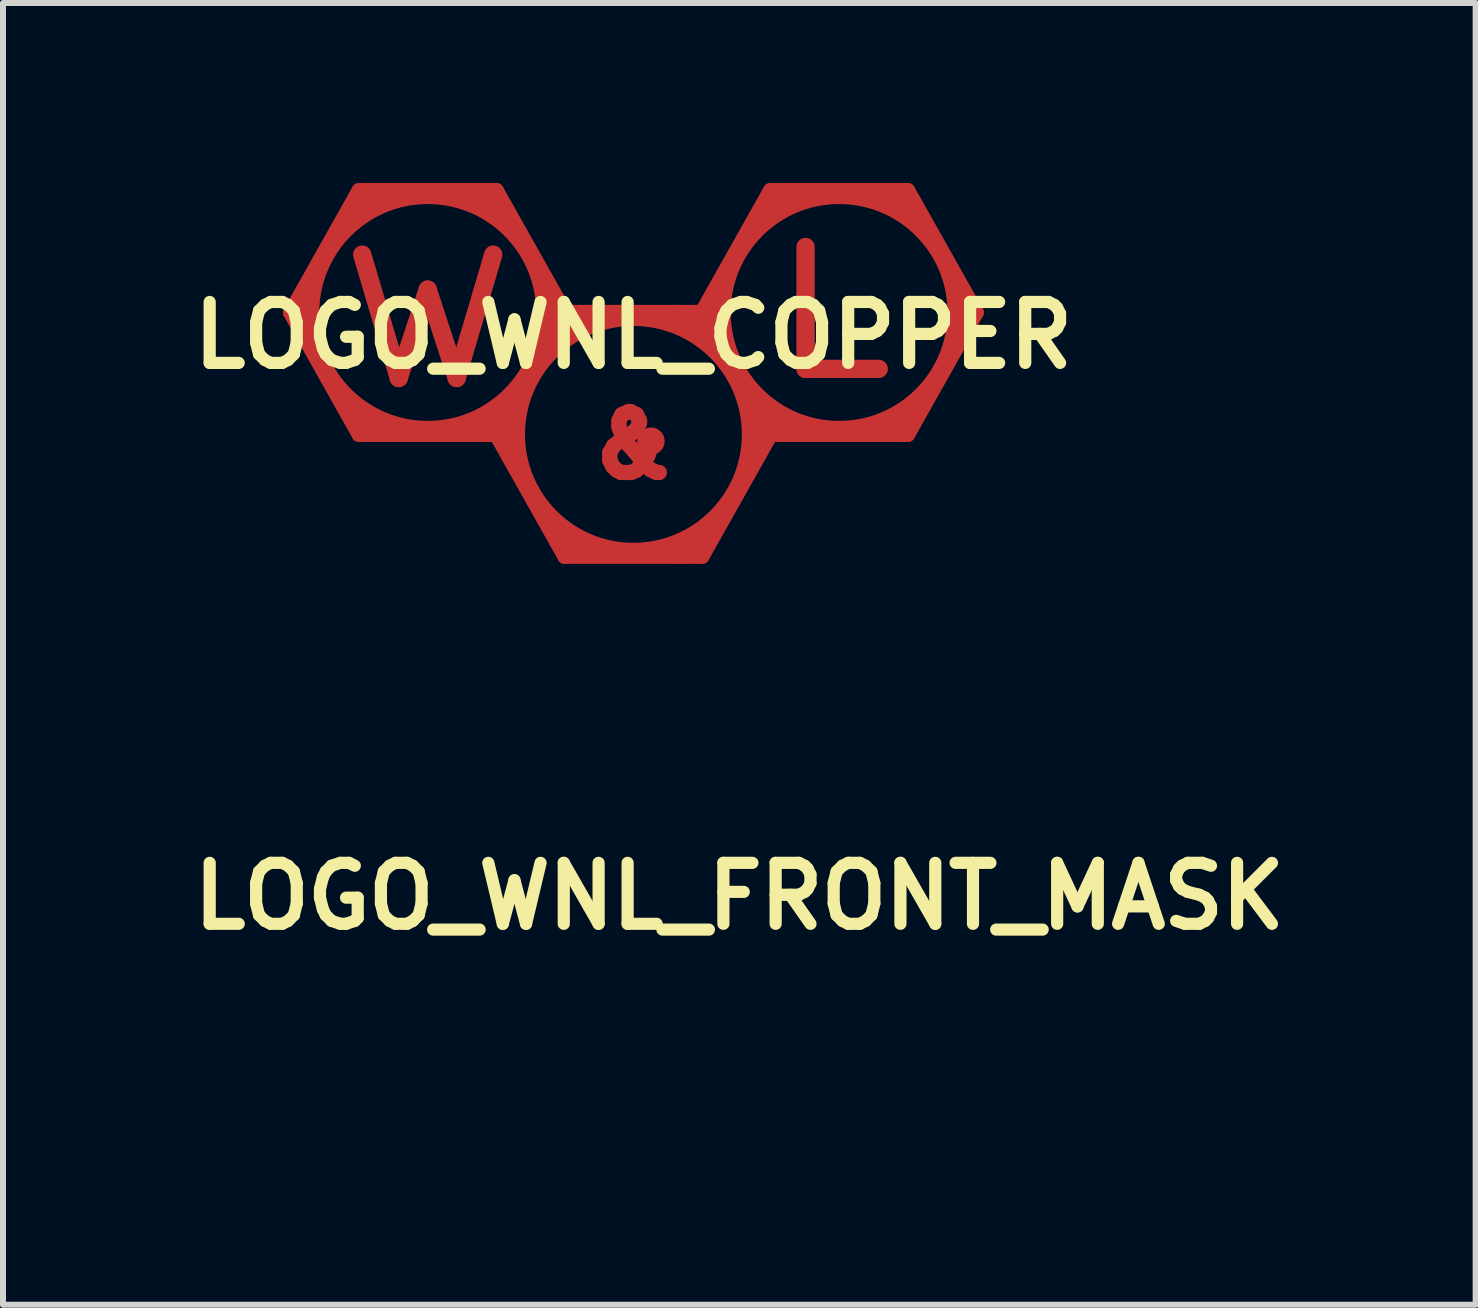
<source format=kicad_pcb>
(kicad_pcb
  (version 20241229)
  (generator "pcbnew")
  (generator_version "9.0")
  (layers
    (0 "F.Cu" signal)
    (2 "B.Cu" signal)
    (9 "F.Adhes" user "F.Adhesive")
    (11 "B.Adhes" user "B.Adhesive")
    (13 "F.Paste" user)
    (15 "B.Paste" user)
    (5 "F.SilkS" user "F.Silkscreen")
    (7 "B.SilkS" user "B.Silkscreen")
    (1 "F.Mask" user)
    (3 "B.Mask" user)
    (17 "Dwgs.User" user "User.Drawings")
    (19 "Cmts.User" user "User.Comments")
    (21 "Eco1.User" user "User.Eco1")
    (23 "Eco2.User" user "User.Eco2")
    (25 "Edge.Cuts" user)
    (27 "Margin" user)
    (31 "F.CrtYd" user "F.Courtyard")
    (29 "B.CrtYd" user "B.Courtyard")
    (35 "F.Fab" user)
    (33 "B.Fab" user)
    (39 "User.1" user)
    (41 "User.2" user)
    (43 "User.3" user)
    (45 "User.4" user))
  (footprint "LOGO_WNL_FRONT_MASK"
    (layer "F.Cu")
    (at 9.275 11.89)
    (property "Reference" "LOGO_WNL_FRONT_MASK" (at 0 0 0) (layer "F.SilkS") (effects (font (size 1.016 1.016) (thickness 0.203))))
    (attr through_hole)
    (fp_line (start -5.715 -0.381) (end -4.572 -2.413) (stroke (width 0.254) (type solid)) (layer "F.Mask"))
    (fp_line (start -5.461 -0.127) (end -5.461 -0.508) (stroke (width 0.254) (type solid)) (layer "F.Mask"))
    (fp_line (start -4.699 1.27) (end -4.318 1.524) (stroke (width 0.254) (type solid)) (layer "F.Mask"))
    (fp_line (start -4.572 1.651) (end -5.715 -0.381) (stroke (width 0.254) (type solid)) (layer "F.Mask"))
    (fp_line (start -4.572 1.651) (end -2.286 1.651) (stroke (width 0.254) (type solid)) (layer "F.Mask"))
    (fp_line (start -4.191 -2.413) (end -4.699 -2.032) (stroke (width 0.254) (type solid)) (layer "F.Mask"))
    (fp_line (start -3.912 0.711) (end -4.521 -1.346) (stroke (width 0.305) (type solid)) (layer "F.Mask"))
    (fp_line (start -3.429 -0.762) (end -3.912 0.711) (stroke (width 0.305) (type solid)) (layer "F.Mask"))
    (fp_line (start -2.946 0.711) (end -3.429 -0.762) (stroke (width 0.305) (type solid)) (layer "F.Mask"))
    (fp_line (start -2.946 0.711) (end -2.337 -1.346) (stroke (width 0.305) (type solid)) (layer "F.Mask"))
    (fp_line (start -2.667 -2.413) (end -2.159 -2.032) (stroke (width 0.254) (type solid)) (layer "F.Mask"))
    (fp_line (start -2.667 1.651) (end -2.159 1.27) (stroke (width 0.254) (type solid)) (layer "F.Mask"))
    (fp_line (start -2.286 -2.413) (end -4.572 -2.413) (stroke (width 0.254) (type solid)) (layer "F.Mask"))
    (fp_line (start -2.286 -2.413) (end -1.143 -0.381) (stroke (width 0.254) (type solid)) (layer "F.Mask"))
    (fp_line (start -2.286 1.651) (end -1.143 -0.381) (stroke (width 0.254) (type solid)) (layer "F.Mask"))
    (fp_line (start -2.032 1.905) (end -2.032 1.524) (stroke (width 0.254) (type solid)) (layer "F.Mask"))
    (fp_line (start -1.397 -0.254) (end -1.397 -0.508) (stroke (width 0.254) (type solid)) (layer "F.Mask"))
    (fp_line (start -1.27 3.302) (end -0.889 3.556) (stroke (width 0.254) (type solid)) (layer "F.Mask"))
    (fp_line (start -1.143 -0.381) (end -2.286 1.651) (stroke (width 0.254) (type solid)) (layer "F.Mask"))
    (fp_line (start -1.143 3.683) (end -2.286 1.651) (stroke (width 0.254) (type solid)) (layer "F.Mask"))
    (fp_line (start -1.143 3.683) (end 1.143 3.683) (stroke (width 0.254) (type solid)) (layer "F.Mask"))
    (fp_line (start -0.762 -0.381) (end -1.27 0) (stroke (width 0.254) (type solid)) (layer "F.Mask"))
    (fp_line (start -0.394 1.956) (end -0.33 1.841) (stroke (width 0.254) (type solid)) (layer "F.Mask"))
    (fp_line (start -0.394 2.083) (end -0.394 1.956) (stroke (width 0.254) (type solid)) (layer "F.Mask"))
    (fp_line (start -0.343 2.184) (end -0.394 2.083) (stroke (width 0.254) (type solid)) (layer "F.Mask"))
    (fp_line (start -0.33 1.841) (end -0.102 1.664) (stroke (width 0.254) (type solid)) (layer "F.Mask"))
    (fp_line (start -0.279 2.248) (end -0.343 2.184) (stroke (width 0.254) (type solid)) (layer "F.Mask"))
    (fp_line (start -0.241 1.422) (end -0.241 1.524) (stroke (width 0.254) (type solid)) (layer "F.Mask"))
    (fp_line (start -0.241 1.524) (end -0.191 1.664) (stroke (width 0.254) (type solid)) (layer "F.Mask"))
    (fp_line (start -0.203 2.286) (end -0.279 2.248) (stroke (width 0.254) (type solid)) (layer "F.Mask"))
    (fp_line (start -0.191 1.321) (end -0.241 1.422) (stroke (width 0.254) (type solid)) (layer "F.Mask"))
    (fp_line (start -0.191 1.664) (end -0.076 1.829) (stroke (width 0.254) (type solid)) (layer "F.Mask"))
    (fp_line (start -0.102 1.664) (end -0.038 1.638) (stroke (width 0.254) (type solid)) (layer "F.Mask"))
    (fp_line (start -0.076 1.27) (end -0.191 1.321) (stroke (width 0.254) (type solid)) (layer "F.Mask"))
    (fp_line (start -0.076 1.829) (end 0.229 2.184) (stroke (width 0.254) (type solid)) (layer "F.Mask"))
    (fp_line (start -0.051 1.27) (end -0.076 1.27) (stroke (width 0.254) (type solid)) (layer "F.Mask"))
    (fp_line (start -0.038 1.638) (end 0 1.613) (stroke (width 0.254) (type solid)) (layer "F.Mask"))
    (fp_line (start -0.038 2.286) (end -0.203 2.286) (stroke (width 0.254) (type solid)) (layer "F.Mask"))
    (fp_line (start 0 1.613) (end 0.051 1.562) (stroke (width 0.254) (type solid)) (layer "F.Mask"))
    (fp_line (start 0.051 1.321) (end -0.051 1.27) (stroke (width 0.254) (type solid)) (layer "F.Mask"))
    (fp_line (start 0.051 1.562) (end 0.102 1.46) (stroke (width 0.254) (type solid)) (layer "F.Mask"))
    (fp_line (start 0.051 2.248) (end -0.038 2.286) (stroke (width 0.254) (type solid)) (layer "F.Mask"))
    (fp_line (start 0.102 1.422) (end 0.051 1.321) (stroke (width 0.254) (type solid)) (layer "F.Mask"))
    (fp_line (start 0.102 1.46) (end 0.102 1.422) (stroke (width 0.254) (type solid)) (layer "F.Mask"))
    (fp_line (start 0.229 2.184) (end 0.279 2.235) (stroke (width 0.254) (type solid)) (layer "F.Mask"))
    (fp_line (start 0.241 2.007) (end 0.051 2.248) (stroke (width 0.254) (type solid)) (layer "F.Mask"))
    (fp_line (start 0.279 2.235) (end 0.356 2.273) (stroke (width 0.254) (type solid)) (layer "F.Mask"))
    (fp_line (start 0.292 1.765) (end 0.292 1.854) (stroke (width 0.254) (type solid)) (layer "F.Mask"))
    (fp_line (start 0.292 1.854) (end 0.241 2.007) (stroke (width 0.254) (type solid)) (layer "F.Mask"))
    (fp_line (start 0.356 2.273) (end 0.381 2.286) (stroke (width 0.254) (type solid)) (layer "F.Mask"))
    (fp_line (start 0.432 2.286) (end 0.406 2.286) (stroke (width 0.254) (type solid)) (layer "F.Mask"))
    (fp_line (start 0.762 -0.381) (end 1.27 0) (stroke (width 0.254) (type solid)) (layer "F.Mask"))
    (fp_line (start 0.762 3.683) (end 1.27 3.302) (stroke (width 0.254) (type solid)) (layer "F.Mask"))
    (fp_line (start 1.143 -0.381) (end -1.143 -0.381) (stroke (width 0.254) (type solid)) (layer "F.Mask"))
    (fp_line (start 1.143 -0.381) (end 2.286 -2.413) (stroke (width 0.254) (type solid)) (layer "F.Mask"))
    (fp_line (start 1.143 -0.381) (end 2.286 1.651) (stroke (width 0.254) (type solid)) (layer "F.Mask"))
    (fp_line (start 1.397 -0.127) (end 1.397 -0.508) (stroke (width 0.254) (type solid)) (layer "F.Mask"))
    (fp_line (start 2.032 1.778) (end 2.032 1.524) (stroke (width 0.254) (type solid)) (layer "F.Mask"))
    (fp_line (start 2.159 1.27) (end 2.54 1.524) (stroke (width 0.254) (type solid)) (layer "F.Mask"))
    (fp_line (start 2.286 1.651) (end 1.143 -0.381) (stroke (width 0.254) (type solid)) (layer "F.Mask"))
    (fp_line (start 2.286 1.651) (end 1.143 3.683) (stroke (width 0.254) (type solid)) (layer "F.Mask"))
    (fp_line (start 2.286 1.651) (end 4.572 1.651) (stroke (width 0.254) (type solid)) (layer "F.Mask"))
    (fp_line (start 2.667 -2.413) (end 2.159 -2.032) (stroke (width 0.254) (type solid)) (layer "F.Mask"))
    (fp_line (start 2.87 -1.473) (end 2.87 0.559) (stroke (width 0.305) (type solid)) (layer "F.Mask"))
    (fp_line (start 2.87 0.559) (end 4.089 0.559) (stroke (width 0.305) (type solid)) (layer "F.Mask"))
    (fp_line (start 4.191 -2.413) (end 4.699 -2.032) (stroke (width 0.254) (type solid)) (layer "F.Mask"))
    (fp_line (start 4.191 1.651) (end 4.699 1.27) (stroke (width 0.254) (type solid)) (layer "F.Mask"))
    (fp_line (start 4.572 -2.413) (end 2.286 -2.413) (stroke (width 0.254) (type solid)) (layer "F.Mask"))
    (fp_line (start 4.572 -2.413) (end 5.715 -0.381) (stroke (width 0.254) (type solid)) (layer "F.Mask"))
    (fp_line (start 4.572 1.651) (end 5.715 -0.381) (stroke (width 0.254) (type solid)) (layer "F.Mask"))
    (fp_line (start 5.461 -0.254) (end 5.461 -0.508) (stroke (width 0.254) (type solid)) (layer "F.Mask"))
    (fp_circle (center -3.429 -0.381) (end -1.651 0.381) (stroke (width 0.254) (type solid)) (fill no) (layer "F.Mask"))
    (fp_circle (center 0 1.651) (end 1.778 2.413) (stroke (width 0.254) (type solid)) (fill no) (layer "F.Mask"))
    (fp_circle (center 0.292 1.765) (end 0.318 1.765) (stroke (width 0.203) (type solid)) (fill no) (layer "F.Mask"))
    (fp_circle (center 3.429 -0.381) (end 5.207 0.381) (stroke (width 0.254) (type solid)) (fill no) (layer "F.Mask")))
  (footprint "LOGO_WNL_COPPER"
    (layer "F.Cu")
    (at 7.509 2.54)
    (property "Reference" "LOGO_WNL_COPPER" (at 0 0 0) (layer "F.SilkS") (effects (font (size 1.016 1.016) (thickness 0.203))))
    (attr through_hole)
    (fp_line (start -5.715 -0.381) (end -4.572 -2.413) (stroke (width 0.254) (type solid)) (layer "F.Cu"))
    (fp_line (start -5.461 -0.127) (end -5.461 -0.508) (stroke (width 0.254) (type solid)) (layer "F.Cu"))
    (fp_line (start -4.699 1.27) (end -4.318 1.524) (stroke (width 0.254) (type solid)) (layer "F.Cu"))
    (fp_line (start -4.572 1.651) (end -5.715 -0.381) (stroke (width 0.254) (type solid)) (layer "F.Cu"))
    (fp_line (start -4.572 1.651) (end -2.286 1.651) (stroke (width 0.254) (type solid)) (layer "F.Cu"))
    (fp_line (start -4.191 -2.413) (end -4.699 -2.032) (stroke (width 0.254) (type solid)) (layer "F.Cu"))
    (fp_line (start -3.912 0.711) (end -4.521 -1.346) (stroke (width 0.305) (type solid)) (layer "F.Cu"))
    (fp_line (start -3.429 -0.762) (end -3.912 0.711) (stroke (width 0.305) (type solid)) (layer "F.Cu"))
    (fp_line (start -2.946 0.711) (end -3.429 -0.762) (stroke (width 0.305) (type solid)) (layer "F.Cu"))
    (fp_line (start -2.946 0.711) (end -2.337 -1.346) (stroke (width 0.305) (type solid)) (layer "F.Cu"))
    (fp_line (start -2.667 -2.413) (end -2.159 -2.032) (stroke (width 0.254) (type solid)) (layer "F.Cu"))
    (fp_line (start -2.667 1.651) (end -2.159 1.27) (stroke (width 0.254) (type solid)) (layer "F.Cu"))
    (fp_line (start -2.286 -2.413) (end -4.572 -2.413) (stroke (width 0.254) (type solid)) (layer "F.Cu"))
    (fp_line (start -2.286 -2.413) (end -1.143 -0.381) (stroke (width 0.254) (type solid)) (layer "F.Cu"))
    (fp_line (start -2.286 1.651) (end -1.143 -0.381) (stroke (width 0.254) (type solid)) (layer "F.Cu"))
    (fp_line (start -2.032 1.905) (end -2.032 1.524) (stroke (width 0.254) (type solid)) (layer "F.Cu"))
    (fp_line (start -1.397 -0.254) (end -1.397 -0.508) (stroke (width 0.254) (type solid)) (layer "F.Cu"))
    (fp_line (start -1.27 3.302) (end -0.889 3.556) (stroke (width 0.254) (type solid)) (layer "F.Cu"))
    (fp_line (start -1.143 -0.381) (end -2.286 1.651) (stroke (width 0.254) (type solid)) (layer "F.Cu"))
    (fp_line (start -1.143 3.683) (end -2.286 1.651) (stroke (width 0.254) (type solid)) (layer "F.Cu"))
    (fp_line (start -1.143 3.683) (end 1.143 3.683) (stroke (width 0.254) (type solid)) (layer "F.Cu"))
    (fp_line (start -0.762 -0.381) (end -1.27 0) (stroke (width 0.254) (type solid)) (layer "F.Cu"))
    (fp_line (start -0.394 1.956) (end -0.33 1.841) (stroke (width 0.254) (type solid)) (layer "F.Cu"))
    (fp_line (start -0.394 2.083) (end -0.394 1.956) (stroke (width 0.254) (type solid)) (layer "F.Cu"))
    (fp_line (start -0.343 2.184) (end -0.394 2.083) (stroke (width 0.254) (type solid)) (layer "F.Cu"))
    (fp_line (start -0.33 1.841) (end -0.102 1.664) (stroke (width 0.254) (type solid)) (layer "F.Cu"))
    (fp_line (start -0.279 2.248) (end -0.343 2.184) (stroke (width 0.254) (type solid)) (layer "F.Cu"))
    (fp_line (start -0.241 1.422) (end -0.241 1.524) (stroke (width 0.254) (type solid)) (layer "F.Cu"))
    (fp_line (start -0.241 1.524) (end -0.191 1.664) (stroke (width 0.254) (type solid)) (layer "F.Cu"))
    (fp_line (start -0.203 2.286) (end -0.279 2.248) (stroke (width 0.254) (type solid)) (layer "F.Cu"))
    (fp_line (start -0.191 1.321) (end -0.241 1.422) (stroke (width 0.254) (type solid)) (layer "F.Cu"))
    (fp_line (start -0.191 1.664) (end -0.076 1.829) (stroke (width 0.254) (type solid)) (layer "F.Cu"))
    (fp_line (start -0.102 1.664) (end -0.038 1.638) (stroke (width 0.254) (type solid)) (layer "F.Cu"))
    (fp_line (start -0.076 1.27) (end -0.191 1.321) (stroke (width 0.254) (type solid)) (layer "F.Cu"))
    (fp_line (start -0.076 1.829) (end 0.229 2.184) (stroke (width 0.254) (type solid)) (layer "F.Cu"))
    (fp_line (start -0.051 1.27) (end -0.076 1.27) (stroke (width 0.254) (type solid)) (layer "F.Cu"))
    (fp_line (start -0.038 1.638) (end 0 1.613) (stroke (width 0.254) (type solid)) (layer "F.Cu"))
    (fp_line (start -0.038 2.286) (end -0.203 2.286) (stroke (width 0.254) (type solid)) (layer "F.Cu"))
    (fp_line (start 0 1.613) (end 0.051 1.562) (stroke (width 0.254) (type solid)) (layer "F.Cu"))
    (fp_line (start 0.051 1.321) (end -0.051 1.27) (stroke (width 0.254) (type solid)) (layer "F.Cu"))
    (fp_line (start 0.051 1.562) (end 0.102 1.46) (stroke (width 0.254) (type solid)) (layer "F.Cu"))
    (fp_line (start 0.051 2.248) (end -0.038 2.286) (stroke (width 0.254) (type solid)) (layer "F.Cu"))
    (fp_line (start 0.102 1.422) (end 0.051 1.321) (stroke (width 0.254) (type solid)) (layer "F.Cu"))
    (fp_line (start 0.102 1.46) (end 0.102 1.422) (stroke (width 0.254) (type solid)) (layer "F.Cu"))
    (fp_line (start 0.229 2.184) (end 0.279 2.235) (stroke (width 0.254) (type solid)) (layer "F.Cu"))
    (fp_line (start 0.241 2.007) (end 0.051 2.248) (stroke (width 0.254) (type solid)) (layer "F.Cu"))
    (fp_line (start 0.279 2.235) (end 0.356 2.273) (stroke (width 0.254) (type solid)) (layer "F.Cu"))
    (fp_line (start 0.292 1.765) (end 0.292 1.854) (stroke (width 0.254) (type solid)) (layer "F.Cu"))
    (fp_line (start 0.292 1.854) (end 0.241 2.007) (stroke (width 0.254) (type solid)) (layer "F.Cu"))
    (fp_line (start 0.356 2.273) (end 0.381 2.286) (stroke (width 0.254) (type solid)) (layer "F.Cu"))
    (fp_line (start 0.432 2.286) (end 0.406 2.286) (stroke (width 0.254) (type solid)) (layer "F.Cu"))
    (fp_line (start 0.762 -0.381) (end 1.27 0) (stroke (width 0.254) (type solid)) (layer "F.Cu"))
    (fp_line (start 0.762 3.683) (end 1.27 3.302) (stroke (width 0.254) (type solid)) (layer "F.Cu"))
    (fp_line (start 1.143 -0.381) (end -1.143 -0.381) (stroke (width 0.254) (type solid)) (layer "F.Cu"))
    (fp_line (start 1.143 -0.381) (end 2.286 -2.413) (stroke (width 0.254) (type solid)) (layer "F.Cu"))
    (fp_line (start 1.143 -0.381) (end 2.286 1.651) (stroke (width 0.254) (type solid)) (layer "F.Cu"))
    (fp_line (start 1.397 -0.127) (end 1.397 -0.508) (stroke (width 0.254) (type solid)) (layer "F.Cu"))
    (fp_line (start 2.032 1.778) (end 2.032 1.524) (stroke (width 0.254) (type solid)) (layer "F.Cu"))
    (fp_line (start 2.159 1.27) (end 2.54 1.524) (stroke (width 0.254) (type solid)) (layer "F.Cu"))
    (fp_line (start 2.286 1.651) (end 1.143 -0.381) (stroke (width 0.254) (type solid)) (layer "F.Cu"))
    (fp_line (start 2.286 1.651) (end 1.143 3.683) (stroke (width 0.254) (type solid)) (layer "F.Cu"))
    (fp_line (start 2.286 1.651) (end 4.572 1.651) (stroke (width 0.254) (type solid)) (layer "F.Cu"))
    (fp_line (start 2.667 -2.413) (end 2.159 -2.032) (stroke (width 0.254) (type solid)) (layer "F.Cu"))
    (fp_line (start 2.87 -1.473) (end 2.87 0.559) (stroke (width 0.305) (type solid)) (layer "F.Cu"))
    (fp_line (start 2.87 0.559) (end 4.089 0.559) (stroke (width 0.305) (type solid)) (layer "F.Cu"))
    (fp_line (start 4.191 -2.413) (end 4.699 -2.032) (stroke (width 0.254) (type solid)) (layer "F.Cu"))
    (fp_line (start 4.191 1.651) (end 4.699 1.27) (stroke (width 0.254) (type solid)) (layer "F.Cu"))
    (fp_line (start 4.572 -2.413) (end 2.286 -2.413) (stroke (width 0.254) (type solid)) (layer "F.Cu"))
    (fp_line (start 4.572 -2.413) (end 5.715 -0.381) (stroke (width 0.254) (type solid)) (layer "F.Cu"))
    (fp_line (start 4.572 1.651) (end 5.715 -0.381) (stroke (width 0.254) (type solid)) (layer "F.Cu"))
    (fp_line (start 5.461 -0.254) (end 5.461 -0.508) (stroke (width 0.254) (type solid)) (layer "F.Cu"))
    (fp_circle (center -3.429 -0.381) (end -1.651 0.381) (stroke (width 0.254) (type solid)) (fill no) (layer "F.Cu"))
    (fp_circle (center 0 1.651) (end 1.778 2.413) (stroke (width 0.254) (type solid)) (fill no) (layer "F.Cu"))
    (fp_circle (center 0.292 1.765) (end 0.318 1.765) (stroke (width 0.203) (type solid)) (fill no) (layer "F.Cu"))
    (fp_circle (center 3.429 -0.381) (end 5.207 0.381) (stroke (width 0.254) (type solid)) (fill no) (layer "F.Cu")))
  (gr_rect
    (start -3 -3)
    (end 21.549 18.7)
    (stroke (width 0.1) (type default))
    (fill no)
    (layer "Edge.Cuts")))
</source>
